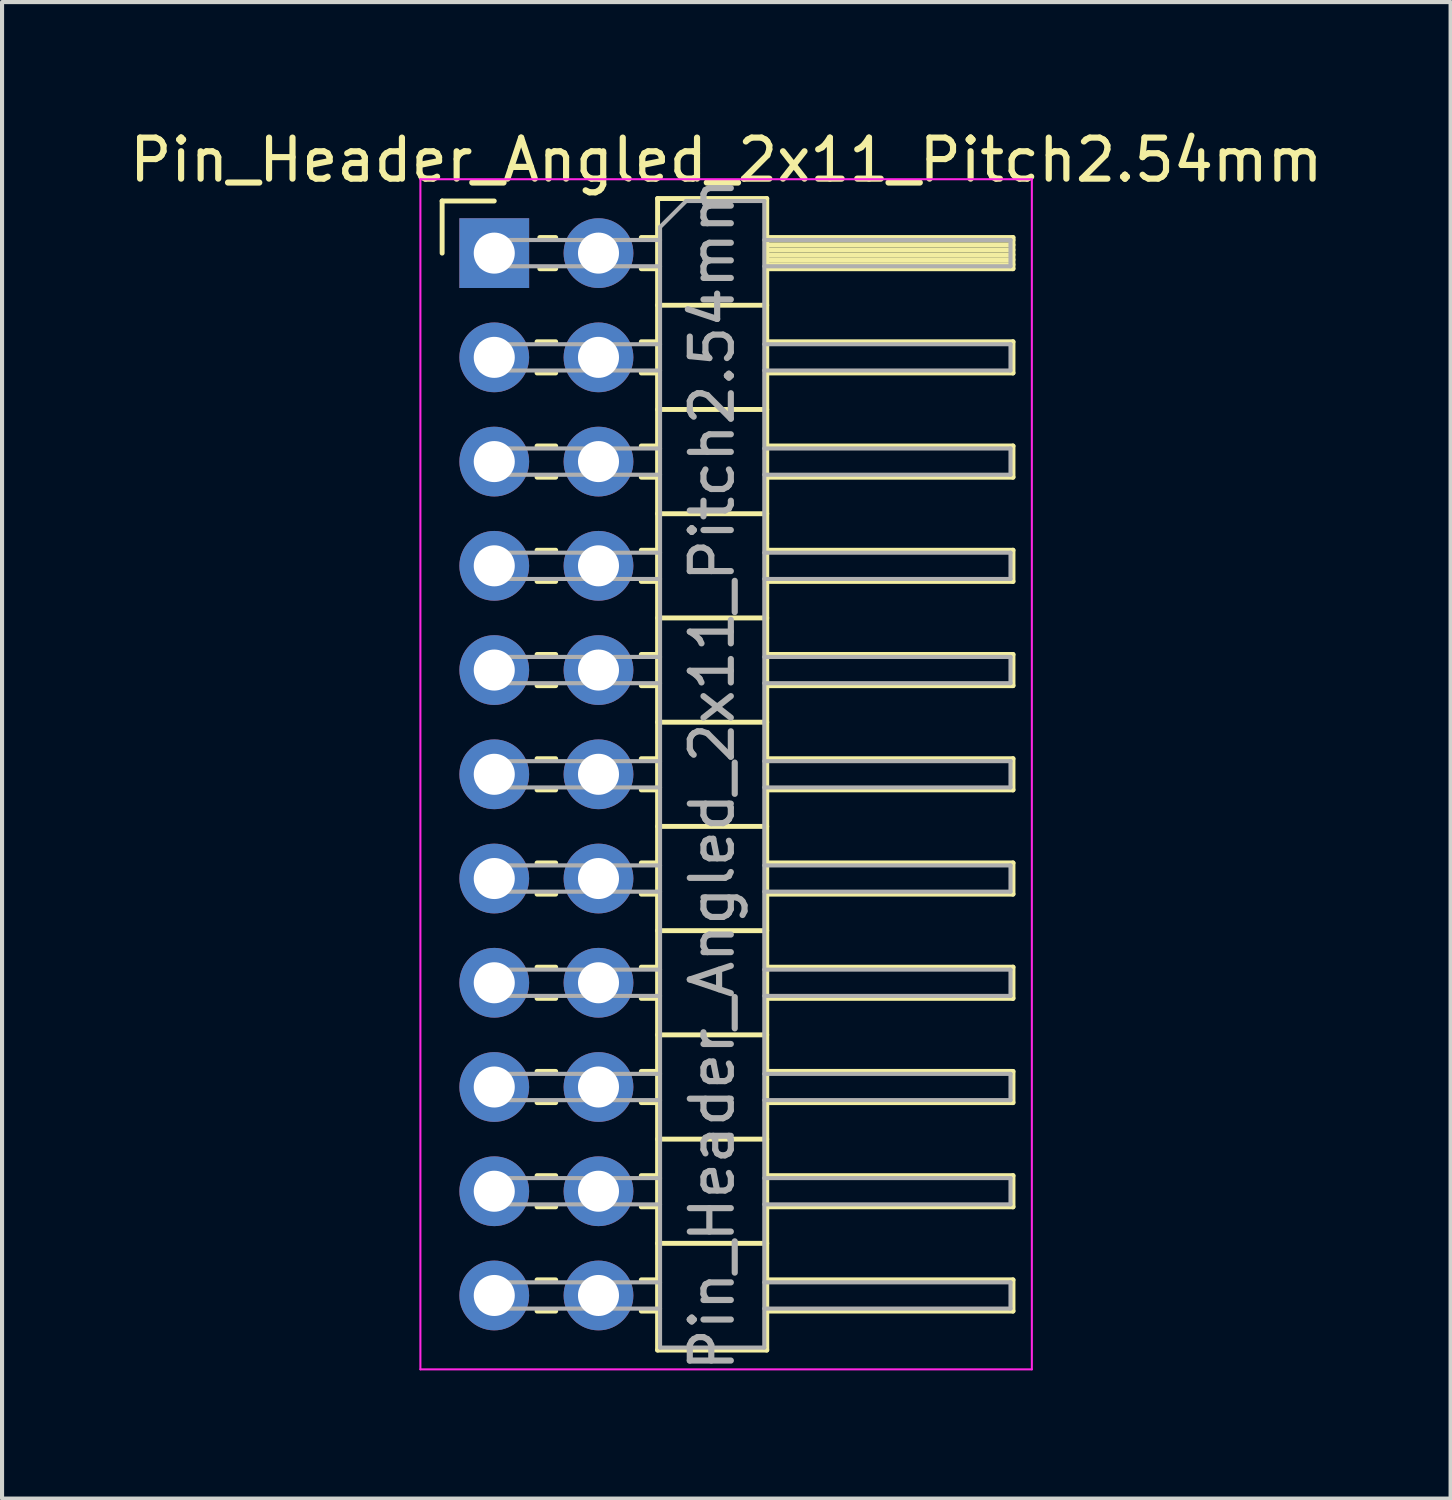
<source format=kicad_pcb>
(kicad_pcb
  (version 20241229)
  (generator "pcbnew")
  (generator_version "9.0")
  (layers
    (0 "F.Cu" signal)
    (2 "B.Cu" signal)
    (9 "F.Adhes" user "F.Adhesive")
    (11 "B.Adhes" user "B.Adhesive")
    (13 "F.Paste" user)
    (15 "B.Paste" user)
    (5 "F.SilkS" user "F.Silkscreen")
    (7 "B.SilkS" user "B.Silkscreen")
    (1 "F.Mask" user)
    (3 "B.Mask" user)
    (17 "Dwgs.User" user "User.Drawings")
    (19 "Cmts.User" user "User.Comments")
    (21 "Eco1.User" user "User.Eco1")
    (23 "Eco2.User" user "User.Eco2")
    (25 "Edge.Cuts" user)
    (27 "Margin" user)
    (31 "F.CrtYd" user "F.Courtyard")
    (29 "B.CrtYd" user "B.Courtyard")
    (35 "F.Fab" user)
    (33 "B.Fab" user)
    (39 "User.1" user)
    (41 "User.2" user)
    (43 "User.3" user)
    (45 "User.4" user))
  (footprint "Pin_Header_Angled_2x11_Pitch2.54mm"
    (layer "F.Cu")
    (at 8.994 3.118)
    (property "Reference" "Pin_Header_Angled_2x11_Pitch2.54mm" (at 5.655 -2.27 0) (layer "F.SilkS") (effects (font (size 1 1) (thickness 0.15))))
    (attr through_hole)
    (fp_line (start -1.27 -1.27) (end 0 -1.27) (stroke (width 0.12) (type solid)) (layer "F.SilkS"))
    (fp_line (start -1.27 0) (end -1.27 -1.27) (stroke (width 0.12) (type solid)) (layer "F.SilkS"))
    (fp_line (start 1.043 2.16) (end 1.497 2.16) (stroke (width 0.12) (type solid)) (layer "F.SilkS"))
    (fp_line (start 1.043 2.92) (end 1.497 2.92) (stroke (width 0.12) (type solid)) (layer "F.SilkS"))
    (fp_line (start 1.043 4.7) (end 1.497 4.7) (stroke (width 0.12) (type solid)) (layer "F.SilkS"))
    (fp_line (start 1.043 5.46) (end 1.497 5.46) (stroke (width 0.12) (type solid)) (layer "F.SilkS"))
    (fp_line (start 1.043 7.24) (end 1.497 7.24) (stroke (width 0.12) (type solid)) (layer "F.SilkS"))
    (fp_line (start 1.043 8) (end 1.497 8) (stroke (width 0.12) (type solid)) (layer "F.SilkS"))
    (fp_line (start 1.043 9.78) (end 1.497 9.78) (stroke (width 0.12) (type solid)) (layer "F.SilkS"))
    (fp_line (start 1.043 10.54) (end 1.497 10.54) (stroke (width 0.12) (type solid)) (layer "F.SilkS"))
    (fp_line (start 1.043 12.32) (end 1.497 12.32) (stroke (width 0.12) (type solid)) (layer "F.SilkS"))
    (fp_line (start 1.043 13.08) (end 1.497 13.08) (stroke (width 0.12) (type solid)) (layer "F.SilkS"))
    (fp_line (start 1.043 14.86) (end 1.497 14.86) (stroke (width 0.12) (type solid)) (layer "F.SilkS"))
    (fp_line (start 1.043 15.62) (end 1.497 15.62) (stroke (width 0.12) (type solid)) (layer "F.SilkS"))
    (fp_line (start 1.043 17.4) (end 1.497 17.4) (stroke (width 0.12) (type solid)) (layer "F.SilkS"))
    (fp_line (start 1.043 18.16) (end 1.497 18.16) (stroke (width 0.12) (type solid)) (layer "F.SilkS"))
    (fp_line (start 1.043 19.94) (end 1.497 19.94) (stroke (width 0.12) (type solid)) (layer "F.SilkS"))
    (fp_line (start 1.043 20.7) (end 1.497 20.7) (stroke (width 0.12) (type solid)) (layer "F.SilkS"))
    (fp_line (start 1.043 22.48) (end 1.497 22.48) (stroke (width 0.12) (type solid)) (layer "F.SilkS"))
    (fp_line (start 1.043 23.24) (end 1.497 23.24) (stroke (width 0.12) (type solid)) (layer "F.SilkS"))
    (fp_line (start 1.043 25.02) (end 1.497 25.02) (stroke (width 0.12) (type solid)) (layer "F.SilkS"))
    (fp_line (start 1.043 25.78) (end 1.497 25.78) (stroke (width 0.12) (type solid)) (layer "F.SilkS"))
    (fp_line (start 1.11 -0.38) (end 1.497 -0.38) (stroke (width 0.12) (type solid)) (layer "F.SilkS"))
    (fp_line (start 1.11 0.38) (end 1.497 0.38) (stroke (width 0.12) (type solid)) (layer "F.SilkS"))
    (fp_line (start 3.583 -0.38) (end 3.98 -0.38) (stroke (width 0.12) (type solid)) (layer "F.SilkS"))
    (fp_line (start 3.583 0.38) (end 3.98 0.38) (stroke (width 0.12) (type solid)) (layer "F.SilkS"))
    (fp_line (start 3.583 2.16) (end 3.98 2.16) (stroke (width 0.12) (type solid)) (layer "F.SilkS"))
    (fp_line (start 3.583 2.92) (end 3.98 2.92) (stroke (width 0.12) (type solid)) (layer "F.SilkS"))
    (fp_line (start 3.583 4.7) (end 3.98 4.7) (stroke (width 0.12) (type solid)) (layer "F.SilkS"))
    (fp_line (start 3.583 5.46) (end 3.98 5.46) (stroke (width 0.12) (type solid)) (layer "F.SilkS"))
    (fp_line (start 3.583 7.24) (end 3.98 7.24) (stroke (width 0.12) (type solid)) (layer "F.SilkS"))
    (fp_line (start 3.583 8) (end 3.98 8) (stroke (width 0.12) (type solid)) (layer "F.SilkS"))
    (fp_line (start 3.583 9.78) (end 3.98 9.78) (stroke (width 0.12) (type solid)) (layer "F.SilkS"))
    (fp_line (start 3.583 10.54) (end 3.98 10.54) (stroke (width 0.12) (type solid)) (layer "F.SilkS"))
    (fp_line (start 3.583 12.32) (end 3.98 12.32) (stroke (width 0.12) (type solid)) (layer "F.SilkS"))
    (fp_line (start 3.583 13.08) (end 3.98 13.08) (stroke (width 0.12) (type solid)) (layer "F.SilkS"))
    (fp_line (start 3.583 14.86) (end 3.98 14.86) (stroke (width 0.12) (type solid)) (layer "F.SilkS"))
    (fp_line (start 3.583 15.62) (end 3.98 15.62) (stroke (width 0.12) (type solid)) (layer "F.SilkS"))
    (fp_line (start 3.583 17.4) (end 3.98 17.4) (stroke (width 0.12) (type solid)) (layer "F.SilkS"))
    (fp_line (start 3.583 18.16) (end 3.98 18.16) (stroke (width 0.12) (type solid)) (layer "F.SilkS"))
    (fp_line (start 3.583 19.94) (end 3.98 19.94) (stroke (width 0.12) (type solid)) (layer "F.SilkS"))
    (fp_line (start 3.583 20.7) (end 3.98 20.7) (stroke (width 0.12) (type solid)) (layer "F.SilkS"))
    (fp_line (start 3.583 22.48) (end 3.98 22.48) (stroke (width 0.12) (type solid)) (layer "F.SilkS"))
    (fp_line (start 3.583 23.24) (end 3.98 23.24) (stroke (width 0.12) (type solid)) (layer "F.SilkS"))
    (fp_line (start 3.583 25.02) (end 3.98 25.02) (stroke (width 0.12) (type solid)) (layer "F.SilkS"))
    (fp_line (start 3.583 25.78) (end 3.98 25.78) (stroke (width 0.12) (type solid)) (layer "F.SilkS"))
    (fp_line (start 3.98 -1.33) (end 3.98 26.73) (stroke (width 0.12) (type solid)) (layer "F.SilkS"))
    (fp_line (start 3.98 1.27) (end 6.64 1.27) (stroke (width 0.12) (type solid)) (layer "F.SilkS"))
    (fp_line (start 3.98 3.81) (end 6.64 3.81) (stroke (width 0.12) (type solid)) (layer "F.SilkS"))
    (fp_line (start 3.98 6.35) (end 6.64 6.35) (stroke (width 0.12) (type solid)) (layer "F.SilkS"))
    (fp_line (start 3.98 8.89) (end 6.64 8.89) (stroke (width 0.12) (type solid)) (layer "F.SilkS"))
    (fp_line (start 3.98 11.43) (end 6.64 11.43) (stroke (width 0.12) (type solid)) (layer "F.SilkS"))
    (fp_line (start 3.98 13.97) (end 6.64 13.97) (stroke (width 0.12) (type solid)) (layer "F.SilkS"))
    (fp_line (start 3.98 16.51) (end 6.64 16.51) (stroke (width 0.12) (type solid)) (layer "F.SilkS"))
    (fp_line (start 3.98 19.05) (end 6.64 19.05) (stroke (width 0.12) (type solid)) (layer "F.SilkS"))
    (fp_line (start 3.98 21.59) (end 6.64 21.59) (stroke (width 0.12) (type solid)) (layer "F.SilkS"))
    (fp_line (start 3.98 24.13) (end 6.64 24.13) (stroke (width 0.12) (type solid)) (layer "F.SilkS"))
    (fp_line (start 3.98 26.73) (end 6.64 26.73) (stroke (width 0.12) (type solid)) (layer "F.SilkS"))
    (fp_line (start 6.64 -1.33) (end 3.98 -1.33) (stroke (width 0.12) (type solid)) (layer "F.SilkS"))
    (fp_line (start 6.64 -0.38) (end 12.64 -0.38) (stroke (width 0.12) (type solid)) (layer "F.SilkS"))
    (fp_line (start 6.64 -0.32) (end 12.64 -0.32) (stroke (width 0.12) (type solid)) (layer "F.SilkS"))
    (fp_line (start 6.64 -0.2) (end 12.64 -0.2) (stroke (width 0.12) (type solid)) (layer "F.SilkS"))
    (fp_line (start 6.64 -0.08) (end 12.64 -0.08) (stroke (width 0.12) (type solid)) (layer "F.SilkS"))
    (fp_line (start 6.64 0.04) (end 12.64 0.04) (stroke (width 0.12) (type solid)) (layer "F.SilkS"))
    (fp_line (start 6.64 0.16) (end 12.64 0.16) (stroke (width 0.12) (type solid)) (layer "F.SilkS"))
    (fp_line (start 6.64 0.28) (end 12.64 0.28) (stroke (width 0.12) (type solid)) (layer "F.SilkS"))
    (fp_line (start 6.64 2.16) (end 12.64 2.16) (stroke (width 0.12) (type solid)) (layer "F.SilkS"))
    (fp_line (start 6.64 4.7) (end 12.64 4.7) (stroke (width 0.12) (type solid)) (layer "F.SilkS"))
    (fp_line (start 6.64 7.24) (end 12.64 7.24) (stroke (width 0.12) (type solid)) (layer "F.SilkS"))
    (fp_line (start 6.64 9.78) (end 12.64 9.78) (stroke (width 0.12) (type solid)) (layer "F.SilkS"))
    (fp_line (start 6.64 12.32) (end 12.64 12.32) (stroke (width 0.12) (type solid)) (layer "F.SilkS"))
    (fp_line (start 6.64 14.86) (end 12.64 14.86) (stroke (width 0.12) (type solid)) (layer "F.SilkS"))
    (fp_line (start 6.64 17.4) (end 12.64 17.4) (stroke (width 0.12) (type solid)) (layer "F.SilkS"))
    (fp_line (start 6.64 19.94) (end 12.64 19.94) (stroke (width 0.12) (type solid)) (layer "F.SilkS"))
    (fp_line (start 6.64 22.48) (end 12.64 22.48) (stroke (width 0.12) (type solid)) (layer "F.SilkS"))
    (fp_line (start 6.64 25.02) (end 12.64 25.02) (stroke (width 0.12) (type solid)) (layer "F.SilkS"))
    (fp_line (start 6.64 26.73) (end 6.64 -1.33) (stroke (width 0.12) (type solid)) (layer "F.SilkS"))
    (fp_line (start 12.64 -0.38) (end 12.64 0.38) (stroke (width 0.12) (type solid)) (layer "F.SilkS"))
    (fp_line (start 12.64 0.38) (end 6.64 0.38) (stroke (width 0.12) (type solid)) (layer "F.SilkS"))
    (fp_line (start 12.64 2.16) (end 12.64 2.92) (stroke (width 0.12) (type solid)) (layer "F.SilkS"))
    (fp_line (start 12.64 2.92) (end 6.64 2.92) (stroke (width 0.12) (type solid)) (layer "F.SilkS"))
    (fp_line (start 12.64 4.7) (end 12.64 5.46) (stroke (width 0.12) (type solid)) (layer "F.SilkS"))
    (fp_line (start 12.64 5.46) (end 6.64 5.46) (stroke (width 0.12) (type solid)) (layer "F.SilkS"))
    (fp_line (start 12.64 7.24) (end 12.64 8) (stroke (width 0.12) (type solid)) (layer "F.SilkS"))
    (fp_line (start 12.64 8) (end 6.64 8) (stroke (width 0.12) (type solid)) (layer "F.SilkS"))
    (fp_line (start 12.64 9.78) (end 12.64 10.54) (stroke (width 0.12) (type solid)) (layer "F.SilkS"))
    (fp_line (start 12.64 10.54) (end 6.64 10.54) (stroke (width 0.12) (type solid)) (layer "F.SilkS"))
    (fp_line (start 12.64 12.32) (end 12.64 13.08) (stroke (width 0.12) (type solid)) (layer "F.SilkS"))
    (fp_line (start 12.64 13.08) (end 6.64 13.08) (stroke (width 0.12) (type solid)) (layer "F.SilkS"))
    (fp_line (start 12.64 14.86) (end 12.64 15.62) (stroke (width 0.12) (type solid)) (layer "F.SilkS"))
    (fp_line (start 12.64 15.62) (end 6.64 15.62) (stroke (width 0.12) (type solid)) (layer "F.SilkS"))
    (fp_line (start 12.64 17.4) (end 12.64 18.16) (stroke (width 0.12) (type solid)) (layer "F.SilkS"))
    (fp_line (start 12.64 18.16) (end 6.64 18.16) (stroke (width 0.12) (type solid)) (layer "F.SilkS"))
    (fp_line (start 12.64 19.94) (end 12.64 20.7) (stroke (width 0.12) (type solid)) (layer "F.SilkS"))
    (fp_line (start 12.64 20.7) (end 6.64 20.7) (stroke (width 0.12) (type solid)) (layer "F.SilkS"))
    (fp_line (start 12.64 22.48) (end 12.64 23.24) (stroke (width 0.12) (type solid)) (layer "F.SilkS"))
    (fp_line (start 12.64 23.24) (end 6.64 23.24) (stroke (width 0.12) (type solid)) (layer "F.SilkS"))
    (fp_line (start 12.64 25.02) (end 12.64 25.78) (stroke (width 0.12) (type solid)) (layer "F.SilkS"))
    (fp_line (start 12.64 25.78) (end 6.64 25.78) (stroke (width 0.12) (type solid)) (layer "F.SilkS"))
    (fp_line (start -1.8 -1.8) (end -1.8 27.2) (stroke (width 0.05) (type solid)) (layer "F.CrtYd"))
    (fp_line (start -1.8 27.2) (end 13.1 27.2) (stroke (width 0.05) (type solid)) (layer "F.CrtYd"))
    (fp_line (start 13.1 -1.8) (end -1.8 -1.8) (stroke (width 0.05) (type solid)) (layer "F.CrtYd"))
    (fp_line (start 13.1 27.2) (end 13.1 -1.8) (stroke (width 0.05) (type solid)) (layer "F.CrtYd"))
    (fp_line (start -0.32 -0.32) (end -0.32 0.32) (stroke (width 0.1) (type solid)) (layer "F.Fab"))
    (fp_line (start -0.32 -0.32) (end 4.04 -0.32) (stroke (width 0.1) (type solid)) (layer "F.Fab"))
    (fp_line (start -0.32 0.32) (end 4.04 0.32) (stroke (width 0.1) (type solid)) (layer "F.Fab"))
    (fp_line (start -0.32 2.22) (end -0.32 2.86) (stroke (width 0.1) (type solid)) (layer "F.Fab"))
    (fp_line (start -0.32 2.22) (end 4.04 2.22) (stroke (width 0.1) (type solid)) (layer "F.Fab"))
    (fp_line (start -0.32 2.86) (end 4.04 2.86) (stroke (width 0.1) (type solid)) (layer "F.Fab"))
    (fp_line (start -0.32 4.76) (end -0.32 5.4) (stroke (width 0.1) (type solid)) (layer "F.Fab"))
    (fp_line (start -0.32 4.76) (end 4.04 4.76) (stroke (width 0.1) (type solid)) (layer "F.Fab"))
    (fp_line (start -0.32 5.4) (end 4.04 5.4) (stroke (width 0.1) (type solid)) (layer "F.Fab"))
    (fp_line (start -0.32 7.3) (end -0.32 7.94) (stroke (width 0.1) (type solid)) (layer "F.Fab"))
    (fp_line (start -0.32 7.3) (end 4.04 7.3) (stroke (width 0.1) (type solid)) (layer "F.Fab"))
    (fp_line (start -0.32 7.94) (end 4.04 7.94) (stroke (width 0.1) (type solid)) (layer "F.Fab"))
    (fp_line (start -0.32 9.84) (end -0.32 10.48) (stroke (width 0.1) (type solid)) (layer "F.Fab"))
    (fp_line (start -0.32 9.84) (end 4.04 9.84) (stroke (width 0.1) (type solid)) (layer "F.Fab"))
    (fp_line (start -0.32 10.48) (end 4.04 10.48) (stroke (width 0.1) (type solid)) (layer "F.Fab"))
    (fp_line (start -0.32 12.38) (end -0.32 13.02) (stroke (width 0.1) (type solid)) (layer "F.Fab"))
    (fp_line (start -0.32 12.38) (end 4.04 12.38) (stroke (width 0.1) (type solid)) (layer "F.Fab"))
    (fp_line (start -0.32 13.02) (end 4.04 13.02) (stroke (width 0.1) (type solid)) (layer "F.Fab"))
    (fp_line (start -0.32 14.92) (end -0.32 15.56) (stroke (width 0.1) (type solid)) (layer "F.Fab"))
    (fp_line (start -0.32 14.92) (end 4.04 14.92) (stroke (width 0.1) (type solid)) (layer "F.Fab"))
    (fp_line (start -0.32 15.56) (end 4.04 15.56) (stroke (width 0.1) (type solid)) (layer "F.Fab"))
    (fp_line (start -0.32 17.46) (end -0.32 18.1) (stroke (width 0.1) (type solid)) (layer "F.Fab"))
    (fp_line (start -0.32 17.46) (end 4.04 17.46) (stroke (width 0.1) (type solid)) (layer "F.Fab"))
    (fp_line (start -0.32 18.1) (end 4.04 18.1) (stroke (width 0.1) (type solid)) (layer "F.Fab"))
    (fp_line (start -0.32 20) (end -0.32 20.64) (stroke (width 0.1) (type solid)) (layer "F.Fab"))
    (fp_line (start -0.32 20) (end 4.04 20) (stroke (width 0.1) (type solid)) (layer "F.Fab"))
    (fp_line (start -0.32 20.64) (end 4.04 20.64) (stroke (width 0.1) (type solid)) (layer "F.Fab"))
    (fp_line (start -0.32 22.54) (end -0.32 23.18) (stroke (width 0.1) (type solid)) (layer "F.Fab"))
    (fp_line (start -0.32 22.54) (end 4.04 22.54) (stroke (width 0.1) (type solid)) (layer "F.Fab"))
    (fp_line (start -0.32 23.18) (end 4.04 23.18) (stroke (width 0.1) (type solid)) (layer "F.Fab"))
    (fp_line (start -0.32 25.08) (end -0.32 25.72) (stroke (width 0.1) (type solid)) (layer "F.Fab"))
    (fp_line (start -0.32 25.08) (end 4.04 25.08) (stroke (width 0.1) (type solid)) (layer "F.Fab"))
    (fp_line (start -0.32 25.72) (end 4.04 25.72) (stroke (width 0.1) (type solid)) (layer "F.Fab"))
    (fp_line (start 4.04 -0.635) (end 4.675 -1.27) (stroke (width 0.1) (type solid)) (layer "F.Fab"))
    (fp_line (start 4.04 26.67) (end 4.04 -0.635) (stroke (width 0.1) (type solid)) (layer "F.Fab"))
    (fp_line (start 4.675 -1.27) (end 6.58 -1.27) (stroke (width 0.1) (type solid)) (layer "F.Fab"))
    (fp_line (start 6.58 -1.27) (end 6.58 26.67) (stroke (width 0.1) (type solid)) (layer "F.Fab"))
    (fp_line (start 6.58 -0.32) (end 12.58 -0.32) (stroke (width 0.1) (type solid)) (layer "F.Fab"))
    (fp_line (start 6.58 0.32) (end 12.58 0.32) (stroke (width 0.1) (type solid)) (layer "F.Fab"))
    (fp_line (start 6.58 2.22) (end 12.58 2.22) (stroke (width 0.1) (type solid)) (layer "F.Fab"))
    (fp_line (start 6.58 2.86) (end 12.58 2.86) (stroke (width 0.1) (type solid)) (layer "F.Fab"))
    (fp_line (start 6.58 4.76) (end 12.58 4.76) (stroke (width 0.1) (type solid)) (layer "F.Fab"))
    (fp_line (start 6.58 5.4) (end 12.58 5.4) (stroke (width 0.1) (type solid)) (layer "F.Fab"))
    (fp_line (start 6.58 7.3) (end 12.58 7.3) (stroke (width 0.1) (type solid)) (layer "F.Fab"))
    (fp_line (start 6.58 7.94) (end 12.58 7.94) (stroke (width 0.1) (type solid)) (layer "F.Fab"))
    (fp_line (start 6.58 9.84) (end 12.58 9.84) (stroke (width 0.1) (type solid)) (layer "F.Fab"))
    (fp_line (start 6.58 10.48) (end 12.58 10.48) (stroke (width 0.1) (type solid)) (layer "F.Fab"))
    (fp_line (start 6.58 12.38) (end 12.58 12.38) (stroke (width 0.1) (type solid)) (layer "F.Fab"))
    (fp_line (start 6.58 13.02) (end 12.58 13.02) (stroke (width 0.1) (type solid)) (layer "F.Fab"))
    (fp_line (start 6.58 14.92) (end 12.58 14.92) (stroke (width 0.1) (type solid)) (layer "F.Fab"))
    (fp_line (start 6.58 15.56) (end 12.58 15.56) (stroke (width 0.1) (type solid)) (layer "F.Fab"))
    (fp_line (start 6.58 17.46) (end 12.58 17.46) (stroke (width 0.1) (type solid)) (layer "F.Fab"))
    (fp_line (start 6.58 18.1) (end 12.58 18.1) (stroke (width 0.1) (type solid)) (layer "F.Fab"))
    (fp_line (start 6.58 20) (end 12.58 20) (stroke (width 0.1) (type solid)) (layer "F.Fab"))
    (fp_line (start 6.58 20.64) (end 12.58 20.64) (stroke (width 0.1) (type solid)) (layer "F.Fab"))
    (fp_line (start 6.58 22.54) (end 12.58 22.54) (stroke (width 0.1) (type solid)) (layer "F.Fab"))
    (fp_line (start 6.58 23.18) (end 12.58 23.18) (stroke (width 0.1) (type solid)) (layer "F.Fab"))
    (fp_line (start 6.58 25.08) (end 12.58 25.08) (stroke (width 0.1) (type solid)) (layer "F.Fab"))
    (fp_line (start 6.58 25.72) (end 12.58 25.72) (stroke (width 0.1) (type solid)) (layer "F.Fab"))
    (fp_line (start 6.58 26.67) (end 4.04 26.67) (stroke (width 0.1) (type solid)) (layer "F.Fab"))
    (fp_line (start 12.58 -0.32) (end 12.58 0.32) (stroke (width 0.1) (type solid)) (layer "F.Fab"))
    (fp_line (start 12.58 2.22) (end 12.58 2.86) (stroke (width 0.1) (type solid)) (layer "F.Fab"))
    (fp_line (start 12.58 4.76) (end 12.58 5.4) (stroke (width 0.1) (type solid)) (layer "F.Fab"))
    (fp_line (start 12.58 7.3) (end 12.58 7.94) (stroke (width 0.1) (type solid)) (layer "F.Fab"))
    (fp_line (start 12.58 9.84) (end 12.58 10.48) (stroke (width 0.1) (type solid)) (layer "F.Fab"))
    (fp_line (start 12.58 12.38) (end 12.58 13.02) (stroke (width 0.1) (type solid)) (layer "F.Fab"))
    (fp_line (start 12.58 14.92) (end 12.58 15.56) (stroke (width 0.1) (type solid)) (layer "F.Fab"))
    (fp_line (start 12.58 17.46) (end 12.58 18.1) (stroke (width 0.1) (type solid)) (layer "F.Fab"))
    (fp_line (start 12.58 20) (end 12.58 20.64) (stroke (width 0.1) (type solid)) (layer "F.Fab"))
    (fp_line (start 12.58 22.54) (end 12.58 23.18) (stroke (width 0.1) (type solid)) (layer "F.Fab"))
    (fp_line (start 12.58 25.08) (end 12.58 25.72) (stroke (width 0.1) (type solid)) (layer "F.Fab"))
    (fp_text user "${REFERENCE}" (at 5.31 12.7 90) (layer "F.Fab") (effects (font (size 1 1) (thickness 0.15))))
    (pad "1" thru_hole rect (at 0 0) (size 1.7 1.7) (drill 1) (layers "*.Cu" "*.Mask"))
    (pad "2" thru_hole oval (at 2.54 0) (size 1.7 1.7) (drill 1) (layers "*.Cu" "*.Mask"))
    (pad "3" thru_hole oval (at 0 2.54) (size 1.7 1.7) (drill 1) (layers "*.Cu" "*.Mask"))
    (pad "4" thru_hole oval (at 2.54 2.54) (size 1.7 1.7) (drill 1) (layers "*.Cu" "*.Mask"))
    (pad "5" thru_hole oval (at 0 5.08) (size 1.7 1.7) (drill 1) (layers "*.Cu" "*.Mask"))
    (pad "6" thru_hole oval (at 2.54 5.08) (size 1.7 1.7) (drill 1) (layers "*.Cu" "*.Mask"))
    (pad "7" thru_hole oval (at 0 7.62) (size 1.7 1.7) (drill 1) (layers "*.Cu" "*.Mask"))
    (pad "8" thru_hole oval (at 2.54 7.62) (size 1.7 1.7) (drill 1) (layers "*.Cu" "*.Mask"))
    (pad "9" thru_hole oval (at 0 10.16) (size 1.7 1.7) (drill 1) (layers "*.Cu" "*.Mask"))
    (pad "10" thru_hole oval (at 2.54 10.16) (size 1.7 1.7) (drill 1) (layers "*.Cu" "*.Mask"))
    (pad "11" thru_hole oval (at 0 12.7) (size 1.7 1.7) (drill 1) (layers "*.Cu" "*.Mask"))
    (pad "12" thru_hole oval (at 2.54 12.7) (size 1.7 1.7) (drill 1) (layers "*.Cu" "*.Mask"))
    (pad "13" thru_hole oval (at 0 15.24) (size 1.7 1.7) (drill 1) (layers "*.Cu" "*.Mask"))
    (pad "14" thru_hole oval (at 2.54 15.24) (size 1.7 1.7) (drill 1) (layers "*.Cu" "*.Mask"))
    (pad "15" thru_hole oval (at 0 17.78) (size 1.7 1.7) (drill 1) (layers "*.Cu" "*.Mask"))
    (pad "16" thru_hole oval (at 2.54 17.78) (size 1.7 1.7) (drill 1) (layers "*.Cu" "*.Mask"))
    (pad "17" thru_hole oval (at 0 20.32) (size 1.7 1.7) (drill 1) (layers "*.Cu" "*.Mask"))
    (pad "18" thru_hole oval (at 2.54 20.32) (size 1.7 1.7) (drill 1) (layers "*.Cu" "*.Mask"))
    (pad "19" thru_hole oval (at 0 22.86) (size 1.7 1.7) (drill 1) (layers "*.Cu" "*.Mask"))
    (pad "20" thru_hole oval (at 2.54 22.86) (size 1.7 1.7) (drill 1) (layers "*.Cu" "*.Mask"))
    (pad "21" thru_hole oval (at 0 25.4) (size 1.7 1.7) (drill 1) (layers "*.Cu" "*.Mask"))
    (pad "22" thru_hole oval (at 2.54 25.4) (size 1.7 1.7) (drill 1) (layers "*.Cu" "*.Mask")))
  (gr_rect
    (start -3 -3)
    (end 32.298 33.467)
    (stroke (width 0.1) (type default))
    (fill no)
    (layer "Edge.Cuts")))
</source>
